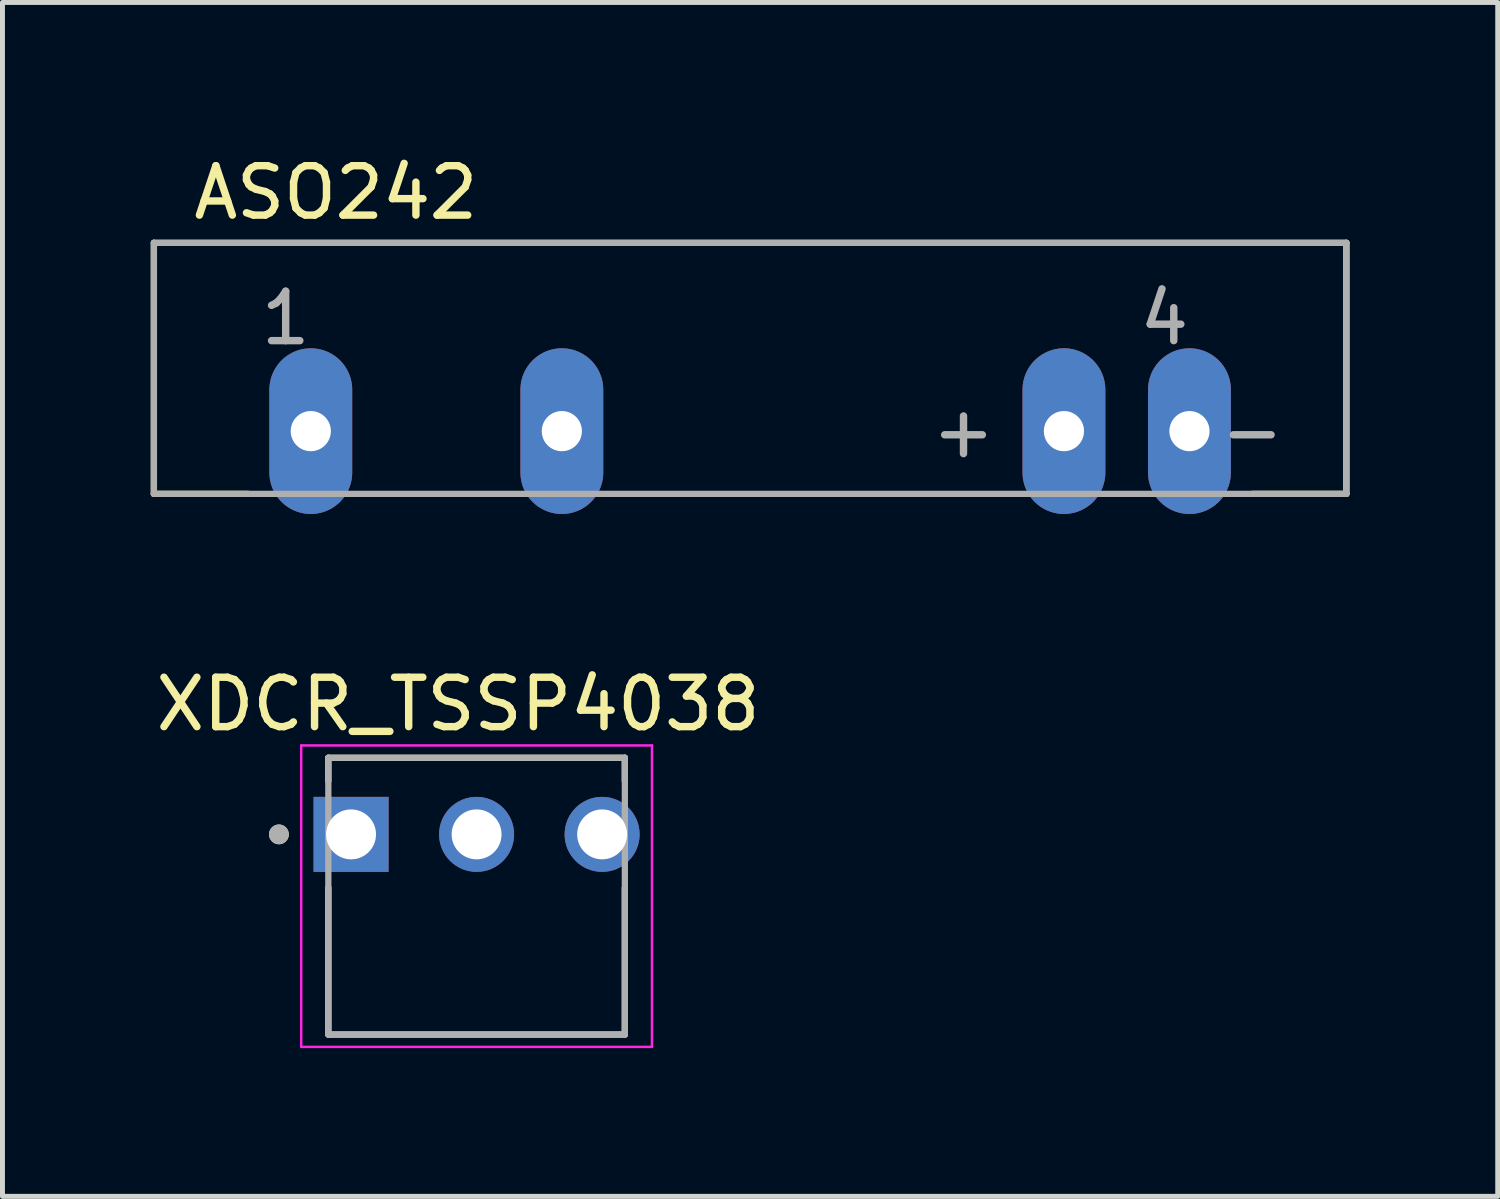
<source format=kicad_pcb>
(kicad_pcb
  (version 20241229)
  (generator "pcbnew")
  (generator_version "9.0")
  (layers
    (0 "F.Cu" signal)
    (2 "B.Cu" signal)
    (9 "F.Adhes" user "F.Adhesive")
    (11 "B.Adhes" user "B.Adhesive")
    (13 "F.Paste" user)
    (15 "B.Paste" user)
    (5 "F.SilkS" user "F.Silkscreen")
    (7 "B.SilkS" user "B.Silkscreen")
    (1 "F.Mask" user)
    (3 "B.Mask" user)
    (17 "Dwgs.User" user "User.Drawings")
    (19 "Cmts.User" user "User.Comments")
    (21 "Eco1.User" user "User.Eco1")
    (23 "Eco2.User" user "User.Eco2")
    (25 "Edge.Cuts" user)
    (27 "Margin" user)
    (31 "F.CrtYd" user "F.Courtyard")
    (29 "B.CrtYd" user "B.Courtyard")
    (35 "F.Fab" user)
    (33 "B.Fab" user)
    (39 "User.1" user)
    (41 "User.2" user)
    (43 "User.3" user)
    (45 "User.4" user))
  (footprint "XDCR_TSSP4038"
    (layer "F.Cu")
    (at 6.594 13.834)
    (property "Reference" "XDCR_TSSP4038" (at -0.374 -2.635 0) (layer "F.SilkS") (effects (font (size 1 1) (thickness 0.15))))
    (attr through_hole)
    (fp_line (start -3 -1.55) (end 3 -1.55) (stroke (width 0.127) (type solid)) (layer "F.SilkS"))
    (fp_line (start -3 -1.08) (end -3 -1.55) (stroke (width 0.127) (type solid)) (layer "F.SilkS"))
    (fp_line (start -3 4.05) (end -3 1.08) (stroke (width 0.127) (type solid)) (layer "F.SilkS"))
    (fp_line (start 3 -1.55) (end 3 -1.08) (stroke (width 0.127) (type solid)) (layer "F.SilkS"))
    (fp_line (start 3 4.05) (end -3 4.05) (stroke (width 0.127) (type solid)) (layer "F.SilkS"))
    (fp_line (start 3 4.05) (end 3 1.08) (stroke (width 0.127) (type solid)) (layer "F.SilkS"))
    (fp_circle (center -4 0) (end -3.9 0) (stroke (width 0.2) (type solid)) (fill no) (layer "F.SilkS"))
    (fp_line (start -3.549 -1.8) (end -3.549 4.3) (stroke (width 0.05) (type solid)) (layer "F.CrtYd"))
    (fp_line (start -3.549 4.3) (end 3.549 4.3) (stroke (width 0.05) (type solid)) (layer "F.CrtYd"))
    (fp_line (start 3.549 -1.8) (end -3.549 -1.8) (stroke (width 0.05) (type solid)) (layer "F.CrtYd"))
    (fp_line (start 3.549 4.3) (end 3.549 -1.8) (stroke (width 0.05) (type solid)) (layer "F.CrtYd"))
    (fp_line (start -3 -1.55) (end 3 -1.55) (stroke (width 0.127) (type solid)) (layer "F.Fab"))
    (fp_line (start -3 4.05) (end -3 -1.55) (stroke (width 0.127) (type solid)) (layer "F.Fab"))
    (fp_line (start 3 -1.55) (end 3 4.05) (stroke (width 0.127) (type solid)) (layer "F.Fab"))
    (fp_line (start 3 4.05) (end -3 4.05) (stroke (width 0.127) (type solid)) (layer "F.Fab"))
    (fp_circle (center -4 0) (end -3.9 0) (stroke (width 0.2) (type solid)) (fill no) (layer "F.Fab"))
    (pad "1" thru_hole rect (at -2.54 0) (size 1.518 1.518) (drill 1.01) (layers "*.Cu" "*.Mask"))
    (pad "2" thru_hole circle (at 0 0) (size 1.518 1.518) (drill 1.01) (layers "*.Cu" "*.Mask"))
    (pad "3" thru_hole circle (at 2.54 0) (size 1.518 1.518) (drill 1.01) (layers "*.Cu" "*.Mask")))
  (footprint "ASO242"
    (layer "F.Cu")
    (at 12.129 5.674)
    (property "Reference" "ASO242" (at -8.382 -4.826 0) (layer "F.SilkS") (effects (font (size 1 1) (thickness 0.15))))
    (attr through_hole)
    (fp_line (start -12.065 -3.81) (end 12.065 -3.81) (stroke (width 0.127) (type solid)) (layer "F.SilkS"))
    (fp_line (start -12.065 1.27) (end -12.065 -3.81) (stroke (width 0.127) (type solid)) (layer "F.SilkS"))
    (fp_line (start -10.16 1.27) (end -12.065 1.27) (stroke (width 0.127) (type solid)) (layer "F.SilkS"))
    (fp_line (start 12.065 -3.81) (end 12.065 1.27) (stroke (width 0.127) (type solid)) (layer "F.SilkS"))
    (fp_line (start 12.065 1.27) (end 10.16 1.27) (stroke (width 0.127) (type solid)) (layer "F.SilkS"))
    (fp_line (start -12.065 -3.81) (end 12.065 -3.81) (stroke (width 0.127) (type solid)) (layer "F.Fab"))
    (fp_line (start -12.065 1.27) (end -12.065 -3.81) (stroke (width 0.127) (type solid)) (layer "F.Fab"))
    (fp_line (start 12.065 -3.81) (end 12.065 1.27) (stroke (width 0.127) (type solid)) (layer "F.Fab"))
    (fp_line (start 12.065 1.27) (end -12.065 1.27) (stroke (width 0.127) (type solid)) (layer "F.Fab"))
    (fp_text user "4" (at 8.382 -2.286 0) (layer "F.Fab") (effects (font (size 1 1) (thickness 0.15))))
    (fp_text user "-" (at 10.16 0 0) (layer "F.Fab") (effects (font (size 1 1) (thickness 0.15))))
    (fp_text user "1" (at -9.398 -2.286 0) (layer "F.Fab") (effects (font (size 1 1) (thickness 0.15))))
    (fp_text user "+" (at 4.318 0 0) (layer "F.Fab") (effects (font (size 1 1) (thickness 0.15))))
    (pad "1" thru_hole oval (at -8.89 0) (size 1.676 3.353) (drill 0.813) (layers "*.Cu" "*.Mask"))
    (pad "2" thru_hole oval (at -3.81 0) (size 1.676 3.353) (drill 0.813) (layers "*.Cu" "*.Mask"))
    (pad "3" thru_hole oval (at 6.35 0) (size 1.676 3.353) (drill 0.813) (layers "*.Cu" "*.Mask"))
    (pad "4" thru_hole oval (at 8.89 0) (size 1.676 3.353) (drill 0.813) (layers "*.Cu" "*.Mask")))
  (gr_rect
    (start -3 -3)
    (end 27.257 21.159)
    (stroke (width 0.1) (type default))
    (fill no)
    (layer "Edge.Cuts")))
</source>
